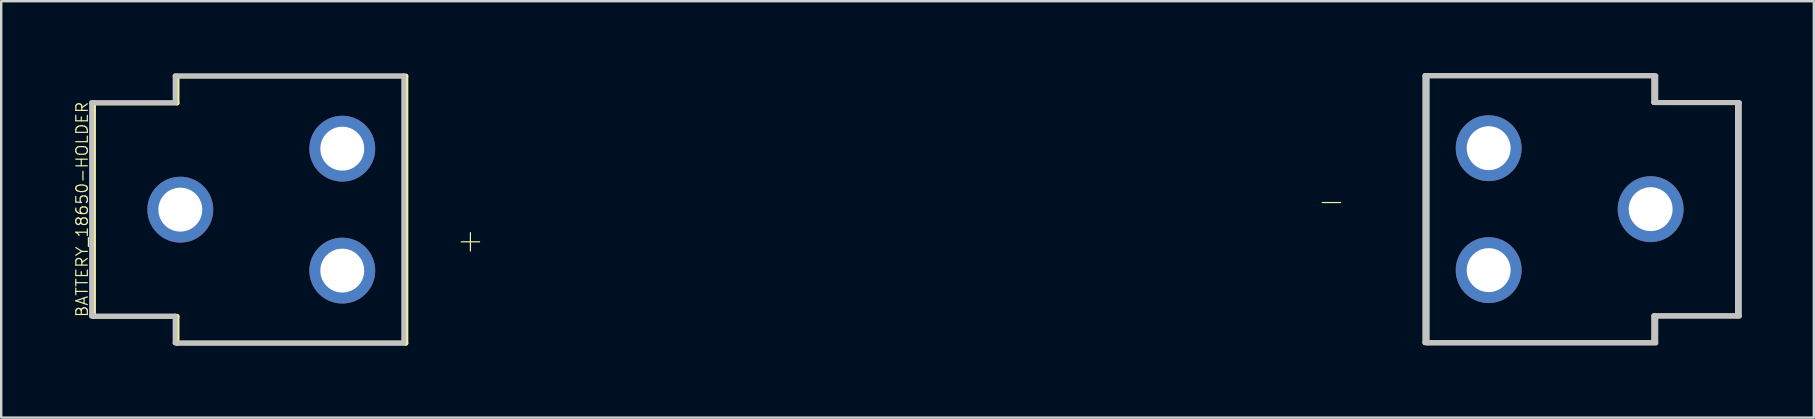
<source format=kicad_pcb>
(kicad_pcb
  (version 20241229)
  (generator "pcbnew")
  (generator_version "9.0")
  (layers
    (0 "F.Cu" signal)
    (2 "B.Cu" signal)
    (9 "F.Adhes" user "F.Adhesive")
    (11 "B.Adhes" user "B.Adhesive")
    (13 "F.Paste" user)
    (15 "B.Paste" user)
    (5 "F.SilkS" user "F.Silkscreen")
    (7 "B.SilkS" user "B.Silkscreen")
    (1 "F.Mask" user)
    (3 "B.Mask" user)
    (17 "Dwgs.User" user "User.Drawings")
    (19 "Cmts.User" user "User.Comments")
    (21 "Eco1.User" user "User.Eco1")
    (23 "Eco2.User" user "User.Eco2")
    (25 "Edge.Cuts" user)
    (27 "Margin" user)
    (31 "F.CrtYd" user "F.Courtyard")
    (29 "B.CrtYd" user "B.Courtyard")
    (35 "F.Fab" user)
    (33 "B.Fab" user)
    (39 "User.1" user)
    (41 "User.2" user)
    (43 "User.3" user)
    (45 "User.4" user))
  (footprint "BATTERY_18650-HOLDER"
    (layer "F.Cu")
    (at 35.09 5.674)
    (property "Reference" "BATTERY_18650-HOLDER" (at -34.722 0 90) (layer "F.SilkS") (effects (font (size 0.48 0.48) (thickness 0.05))))
    (attr through_hole)
    (fp_line (start -34.245 -4.435) (end -30.765 -4.435) (stroke (width 0.203) (type solid)) (layer "F.SilkS"))
    (fp_line (start -34.245 4.455) (end -34.245 -4.435) (stroke (width 0.203) (type solid)) (layer "F.SilkS"))
    (fp_line (start -30.765 -5.553) (end -21.23 -5.553) (stroke (width 0.203) (type solid)) (layer "F.SilkS"))
    (fp_line (start -30.765 -4.435) (end -30.765 -5.553) (stroke (width 0.203) (type solid)) (layer "F.SilkS"))
    (fp_line (start -30.765 4.455) (end -34.245 4.455) (stroke (width 0.203) (type solid)) (layer "F.SilkS"))
    (fp_line (start -30.765 5.573) (end -30.765 4.455) (stroke (width 0.203) (type solid)) (layer "F.SilkS"))
    (fp_line (start -21.23 -5.553) (end -21.23 5.573) (stroke (width 0.203) (type solid)) (layer "F.SilkS"))
    (fp_line (start -21.23 5.573) (end -30.765 5.573) (stroke (width 0.203) (type solid)) (layer "F.SilkS"))
    (fp_line (start 21.23 -5.573) (end 30.765 -5.573) (stroke (width 0.203) (type solid)) (layer "F.SilkS"))
    (fp_line (start 21.23 5.553) (end 21.23 -5.573) (stroke (width 0.203) (type solid)) (layer "F.SilkS"))
    (fp_line (start 30.765 -5.573) (end 30.765 -4.455) (stroke (width 0.203) (type solid)) (layer "F.SilkS"))
    (fp_line (start 30.765 -4.455) (end 34.245 -4.455) (stroke (width 0.203) (type solid)) (layer "F.SilkS"))
    (fp_line (start 30.765 4.435) (end 30.765 5.553) (stroke (width 0.203) (type solid)) (layer "F.SilkS"))
    (fp_line (start 30.765 5.553) (end 21.23 5.553) (stroke (width 0.203) (type solid)) (layer "F.SilkS"))
    (fp_line (start 34.245 -4.455) (end 34.245 4.435) (stroke (width 0.203) (type solid)) (layer "F.SilkS"))
    (fp_line (start 34.245 4.435) (end 30.765 4.435) (stroke (width 0.203) (type solid)) (layer "F.SilkS"))
    (fp_line (start -34.325 -4.445) (end -30.845 -4.445) (stroke (width 0.203) (type solid)) (layer "Dwgs.User"))
    (fp_line (start -34.325 4.445) (end -34.325 -4.445) (stroke (width 0.203) (type solid)) (layer "Dwgs.User"))
    (fp_line (start -30.845 -5.563) (end -21.32 -5.563) (stroke (width 0.203) (type solid)) (layer "Dwgs.User"))
    (fp_line (start -30.845 -4.445) (end -30.845 -5.563) (stroke (width 0.203) (type solid)) (layer "Dwgs.User"))
    (fp_line (start -30.845 4.445) (end -34.325 4.445) (stroke (width 0.203) (type solid)) (layer "Dwgs.User"))
    (fp_line (start -30.845 5.563) (end -30.845 4.445) (stroke (width 0.203) (type solid)) (layer "Dwgs.User"))
    (fp_line (start -21.32 -5.563) (end -21.32 5.563) (stroke (width 0.203) (type solid)) (layer "Dwgs.User"))
    (fp_line (start -21.32 5.563) (end -30.845 5.563) (stroke (width 0.203) (type solid)) (layer "Dwgs.User"))
    (fp_line (start 21.23 -5.573) (end 30.765 -5.573) (stroke (width 0.203) (type solid)) (layer "Dwgs.User"))
    (fp_line (start 21.23 5.553) (end 21.23 -5.573) (stroke (width 0.203) (type solid)) (layer "Dwgs.User"))
    (fp_line (start 21.32 -5.563) (end 30.845 -5.563) (stroke (width 0.203) (type solid)) (layer "Dwgs.User"))
    (fp_line (start 21.32 5.563) (end 21.32 -5.563) (stroke (width 0.203) (type solid)) (layer "Dwgs.User"))
    (fp_line (start 30.765 -5.573) (end 30.765 -4.455) (stroke (width 0.203) (type solid)) (layer "Dwgs.User"))
    (fp_line (start 30.765 -4.455) (end 34.245 -4.455) (stroke (width 0.203) (type solid)) (layer "Dwgs.User"))
    (fp_line (start 30.765 4.435) (end 30.765 5.553) (stroke (width 0.203) (type solid)) (layer "Dwgs.User"))
    (fp_line (start 30.765 5.553) (end 21.23 5.553) (stroke (width 0.203) (type solid)) (layer "Dwgs.User"))
    (fp_line (start 30.845 -5.563) (end 30.845 -4.445) (stroke (width 0.203) (type solid)) (layer "Dwgs.User"))
    (fp_line (start 30.845 -4.445) (end 34.325 -4.445) (stroke (width 0.203) (type solid)) (layer "Dwgs.User"))
    (fp_line (start 30.845 4.445) (end 30.845 5.563) (stroke (width 0.203) (type solid)) (layer "Dwgs.User"))
    (fp_line (start 30.845 5.563) (end 21.32 5.563) (stroke (width 0.203) (type solid)) (layer "Dwgs.User"))
    (fp_line (start 34.245 -4.455) (end 34.245 4.435) (stroke (width 0.203) (type solid)) (layer "Dwgs.User"))
    (fp_line (start 34.245 4.435) (end 30.765 4.435) (stroke (width 0.203) (type solid)) (layer "Dwgs.User"))
    (fp_line (start 34.325 -4.445) (end 34.325 4.445) (stroke (width 0.203) (type solid)) (layer "Dwgs.User"))
    (fp_line (start 34.325 4.445) (end 30.845 4.445) (stroke (width 0.203) (type solid)) (layer "Dwgs.User"))
    (fp_text user "+" (at -18.542 1.27 0) (layer "F.SilkS") (effects (font (size 1 1) (thickness 0.05))))
    (fp_text user "-" (at 17.327 -0.366 0) (layer "F.SilkS") (effects (font (size 1 1) (thickness 0.05))))
    (pad "1" thru_hole circle (at -30.628 0.01 180) (size 2.743 2.743) (drill 1.829) (layers "*.Cu" "*.Mask"))
    (pad "2" thru_hole circle (at 30.628 -0.01) (size 2.743 2.743) (drill 1.829) (layers "*.Cu" "*.Mask"))
    (pad "GND@2" thru_hole circle (at 23.88 -2.55 270) (size 2.743 2.743) (drill 1.829) (layers "*.Cu" "*.Mask"))
    (pad "GND@3" thru_hole circle (at 23.88 2.53 270) (size 2.743 2.743) (drill 1.829) (layers "*.Cu" "*.Mask"))
    (pad "PWR@2" thru_hole circle (at -23.88 -2.53 90) (size 2.743 2.743) (drill 1.829) (layers "*.Cu" "*.Mask"))
    (pad "PWR@3" thru_hole circle (at -23.88 2.55 90) (size 2.743 2.743) (drill 1.829) (layers "*.Cu" "*.Mask")))
  (gr_rect
    (start -3 -3)
    (end 72.517 14.348)
    (stroke (width 0.1) (type default))
    (fill no)
    (layer "Edge.Cuts")))
</source>
